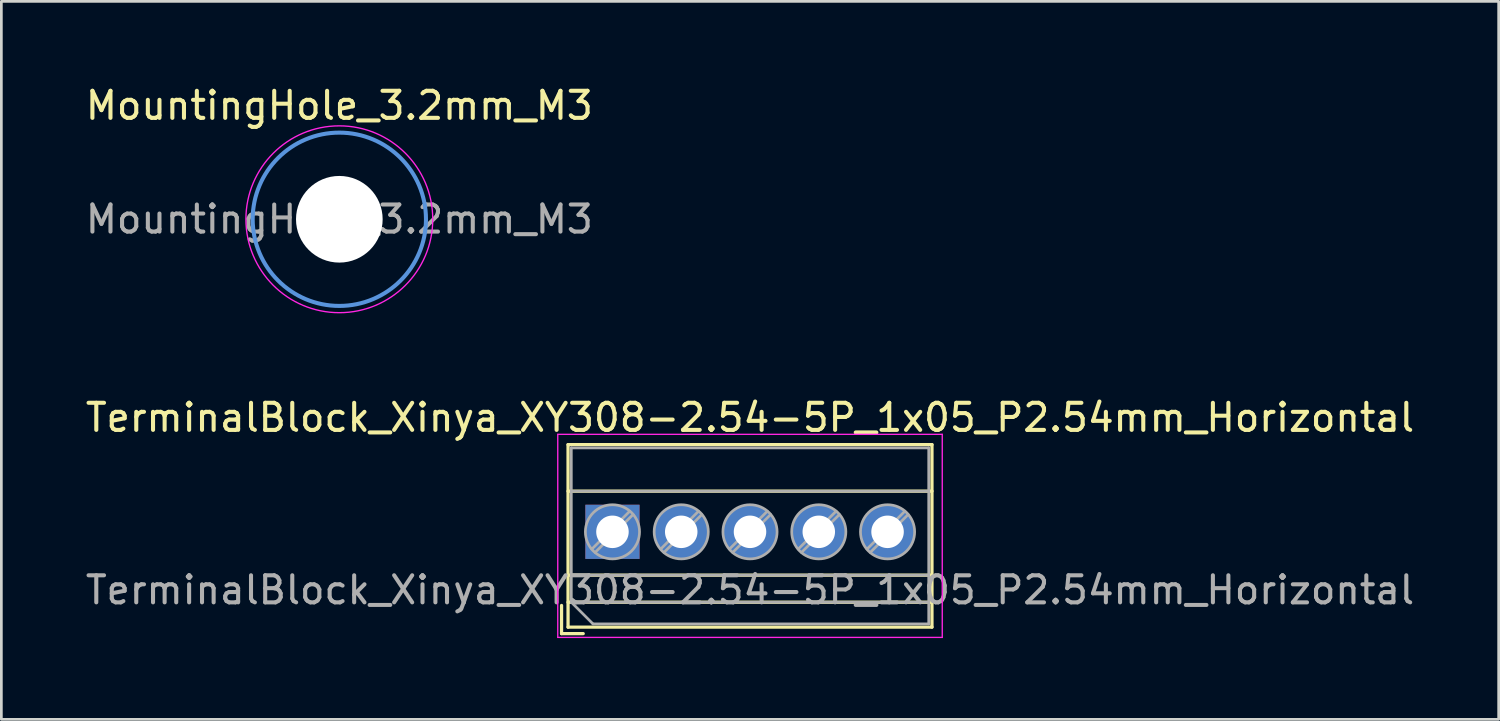
<source format=kicad_pcb>
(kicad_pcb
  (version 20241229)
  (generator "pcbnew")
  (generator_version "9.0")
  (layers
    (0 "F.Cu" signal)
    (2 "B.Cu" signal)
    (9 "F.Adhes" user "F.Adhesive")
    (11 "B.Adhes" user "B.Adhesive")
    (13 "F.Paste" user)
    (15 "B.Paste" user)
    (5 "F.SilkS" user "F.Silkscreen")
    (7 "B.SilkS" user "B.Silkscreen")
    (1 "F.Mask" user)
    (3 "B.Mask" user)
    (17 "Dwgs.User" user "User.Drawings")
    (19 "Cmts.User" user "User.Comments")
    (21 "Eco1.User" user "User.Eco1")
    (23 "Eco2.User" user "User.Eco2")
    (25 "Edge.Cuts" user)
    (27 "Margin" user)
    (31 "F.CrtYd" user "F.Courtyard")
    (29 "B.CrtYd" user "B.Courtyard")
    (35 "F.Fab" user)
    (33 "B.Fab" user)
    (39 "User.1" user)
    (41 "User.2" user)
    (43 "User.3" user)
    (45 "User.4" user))
  (footprint "TerminalBlock_Xinya_XY308-2.54-5P_1x05_P2.54mm_Horizontal"
    (layer "F.Cu")
    (at 19.569 16.591)
    (property "Reference" "TerminalBlock_Xinya_XY308-2.54-5P_1x05_P2.54mm_Horizontal" (at 5.08 -4.22 0) (layer "F.SilkS") (effects (font (size 1 1) (thickness 0.15))))
    (attr through_hole)
    (fp_line (start -1.88 2.72) (end -1.88 3.76) (stroke (width 0.12) (type solid)) (layer "F.SilkS"))
    (fp_line (start -1.88 3.76) (end -1.08 3.76) (stroke (width 0.12) (type solid)) (layer "F.SilkS"))
    (fp_line (start -1.64 -3.22) (end -1.64 3.52) (stroke (width 0.12) (type solid)) (layer "F.SilkS"))
    (fp_line (start -1.64 -3.22) (end 11.8 -3.22) (stroke (width 0.12) (type solid)) (layer "F.SilkS"))
    (fp_line (start -1.64 -1.501) (end 11.8 -1.501) (stroke (width 0.12) (type solid)) (layer "F.SilkS"))
    (fp_line (start -1.64 1.6) (end 11.8 1.6) (stroke (width 0.12) (type solid)) (layer "F.SilkS"))
    (fp_line (start -1.64 2.6) (end 11.8 2.6) (stroke (width 0.12) (type solid)) (layer "F.SilkS"))
    (fp_line (start -1.64 3.52) (end 11.8 3.52) (stroke (width 0.12) (type solid)) (layer "F.SilkS"))
    (fp_line (start 11.8 -3.22) (end 11.8 3.52) (stroke (width 0.12) (type solid)) (layer "F.SilkS"))
    (fp_line (start -2.02 -3.6) (end -2.02 3.9) (stroke (width 0.05) (type solid)) (layer "F.CrtYd"))
    (fp_line (start -2.02 3.9) (end 12.18 3.9) (stroke (width 0.05) (type solid)) (layer "F.CrtYd"))
    (fp_line (start 12.18 -3.6) (end -2.02 -3.6) (stroke (width 0.05) (type solid)) (layer "F.CrtYd"))
    (fp_line (start 12.18 3.9) (end 12.18 -3.6) (stroke (width 0.05) (type solid)) (layer "F.CrtYd"))
    (fp_line (start -1.52 -3.1) (end 11.68 -3.1) (stroke (width 0.1) (type solid)) (layer "F.Fab"))
    (fp_line (start -1.52 -1.5) (end 11.68 -1.5) (stroke (width 0.1) (type solid)) (layer "F.Fab"))
    (fp_line (start -1.52 1.6) (end 11.68 1.6) (stroke (width 0.1) (type solid)) (layer "F.Fab"))
    (fp_line (start -1.52 2.6) (end -1.52 -3.1) (stroke (width 0.1) (type solid)) (layer "F.Fab"))
    (fp_line (start -1.52 2.6) (end 11.68 2.6) (stroke (width 0.1) (type solid)) (layer "F.Fab"))
    (fp_line (start -0.72 3.4) (end -1.52 2.6) (stroke (width 0.1) (type solid)) (layer "F.Fab"))
    (fp_line (start 0.637 -0.759) (end -0.759 0.637) (stroke (width 0.1) (type solid)) (layer "F.Fab"))
    (fp_line (start 0.759 -0.637) (end -0.637 0.759) (stroke (width 0.1) (type solid)) (layer "F.Fab"))
    (fp_line (start 3.177 -0.759) (end 1.782 0.637) (stroke (width 0.1) (type solid)) (layer "F.Fab"))
    (fp_line (start 3.299 -0.637) (end 1.904 0.759) (stroke (width 0.1) (type solid)) (layer "F.Fab"))
    (fp_line (start 5.717 -0.759) (end 4.322 0.637) (stroke (width 0.1) (type solid)) (layer "F.Fab"))
    (fp_line (start 5.839 -0.637) (end 4.444 0.759) (stroke (width 0.1) (type solid)) (layer "F.Fab"))
    (fp_line (start 8.257 -0.759) (end 6.862 0.637) (stroke (width 0.1) (type solid)) (layer "F.Fab"))
    (fp_line (start 8.379 -0.637) (end 6.984 0.759) (stroke (width 0.1) (type solid)) (layer "F.Fab"))
    (fp_line (start 10.797 -0.759) (end 9.402 0.637) (stroke (width 0.1) (type solid)) (layer "F.Fab"))
    (fp_line (start 10.919 -0.637) (end 9.524 0.759) (stroke (width 0.1) (type solid)) (layer "F.Fab"))
    (fp_line (start 11.68 -3.1) (end 11.68 3.4) (stroke (width 0.1) (type solid)) (layer "F.Fab"))
    (fp_line (start 11.68 3.4) (end -0.72 3.4) (stroke (width 0.1) (type solid)) (layer "F.Fab"))
    (fp_circle (center 0 0) (end 1 0) (stroke (width 0.1) (type solid)) (fill no) (layer "F.Fab"))
    (fp_circle (center 2.54 0) (end 3.54 0) (stroke (width 0.1) (type solid)) (fill no) (layer "F.Fab"))
    (fp_circle (center 5.08 0) (end 6.08 0) (stroke (width 0.1) (type solid)) (fill no) (layer "F.Fab"))
    (fp_circle (center 7.62 0) (end 8.62 0) (stroke (width 0.1) (type solid)) (fill no) (layer "F.Fab"))
    (fp_circle (center 10.16 0) (end 11.16 0) (stroke (width 0.1) (type solid)) (fill no) (layer "F.Fab"))
    (fp_text user "${REFERENCE}" (at 5.08 2.15 0) (layer "F.Fab") (effects (font (size 1 1) (thickness 0.15))))
    (pad "1" thru_hole rect (at 0 0) (size 2 2) (drill 1.2) (layers "*.Cu" "*.Mask"))
    (pad "2" thru_hole circle (at 2.54 0) (size 2 2) (drill 1.2) (layers "*.Cu" "*.Mask"))
    (pad "3" thru_hole circle (at 5.08 0) (size 2 2) (drill 1.2) (layers "*.Cu" "*.Mask"))
    (pad "4" thru_hole circle (at 7.62 0) (size 2 2) (drill 1.2) (layers "*.Cu" "*.Mask"))
    (pad "5" thru_hole circle (at 10.16 0) (size 2 2) (drill 1.2) (layers "*.Cu" "*.Mask")))
  (footprint "MountingHole_3.2mm_M3"
    (layer "F.Cu")
    (at 9.482 5.048)
    (property "Reference" "MountingHole_3.2mm_M3" (at 0 -4.2 0) (layer "F.SilkS") (effects (font (size 1 1) (thickness 0.15))))
    (attr exclude_from_pos_files exclude_from_bom)
    (fp_circle (center 0 0) (end 3.2 0) (stroke (width 0.15) (type solid)) (fill no) (layer "Cmts.User"))
    (fp_circle (center 0 0) (end 3.45 0) (stroke (width 0.05) (type solid)) (fill no) (layer "F.CrtYd"))
    (fp_text user "${REFERENCE}" (at 0 0 0) (layer "F.Fab") (effects (font (size 1 1) (thickness 0.15))))
    (pad "" np_thru_hole circle (at 0 0) (size 3.2 3.2) (drill 3.2) (layers "*.Cu" "*.Mask")))
  (gr_rect
    (start -3 -3)
    (end 52.298 23.517)
    (stroke (width 0.1) (type default))
    (fill no)
    (layer "Edge.Cuts")))
</source>
